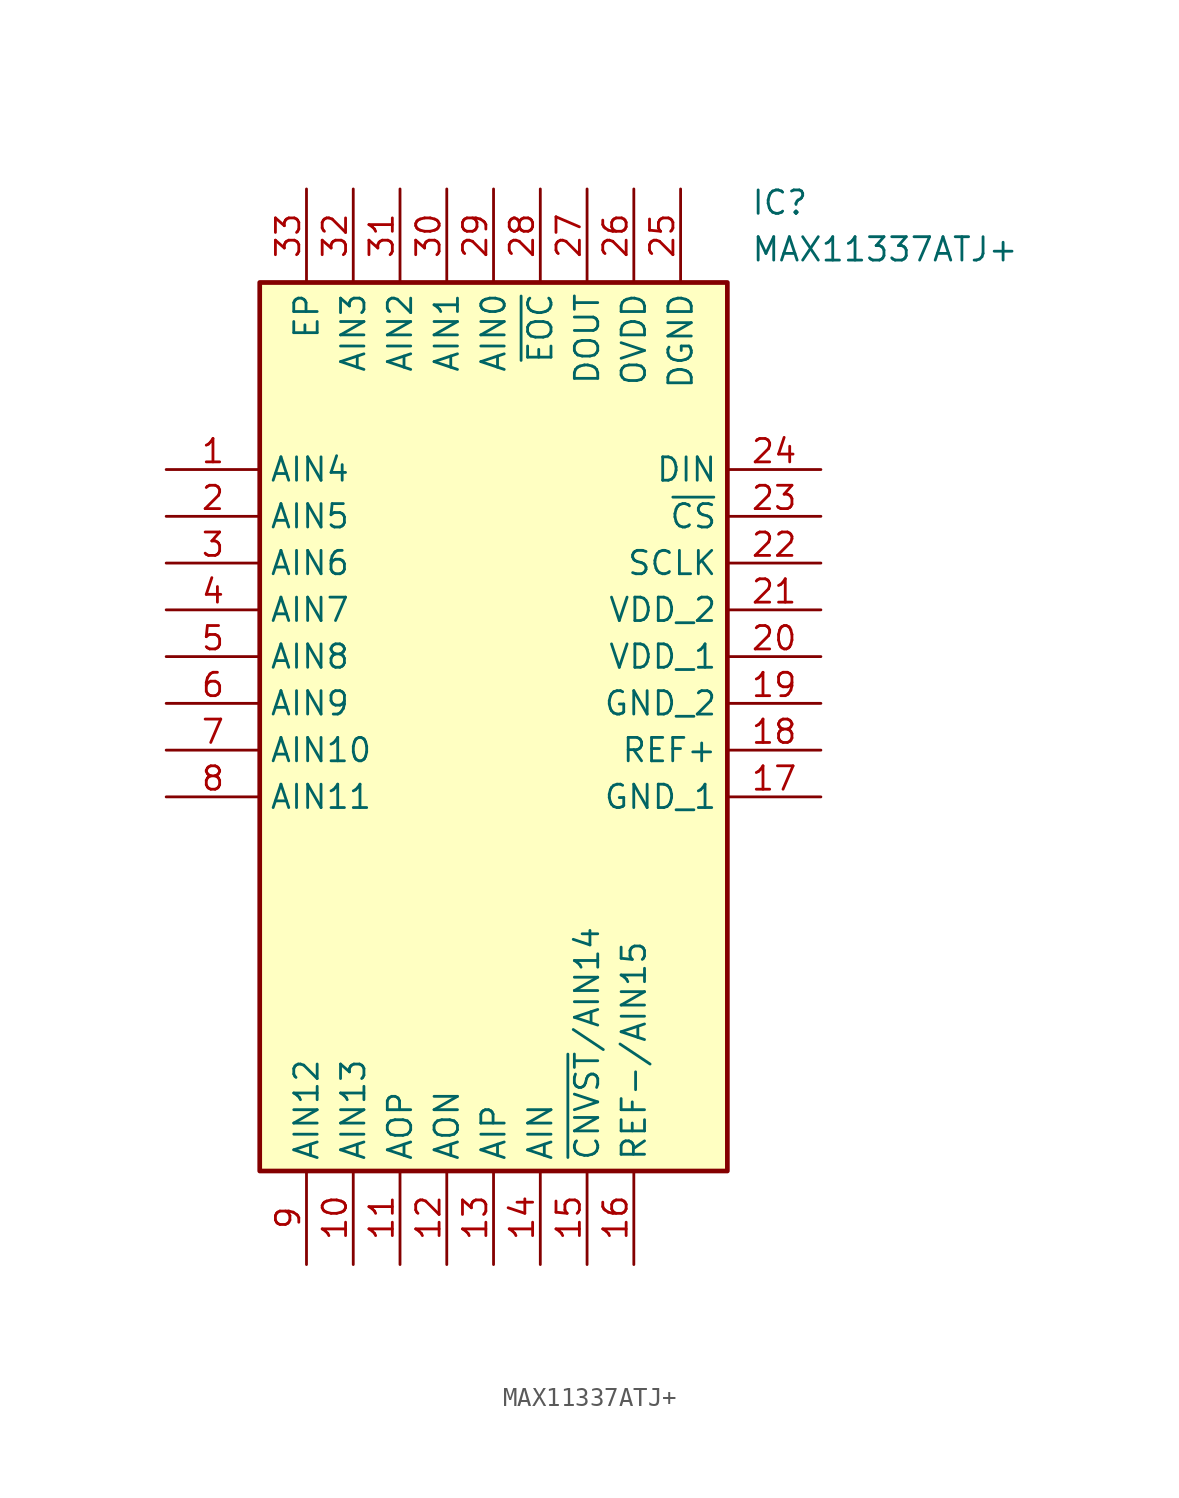
<source format=kicad_sym>
(kicad_symbol_lib
  (version 20211014)
  (generator SamacSys_ECAD_Model)
  (symbol "MAX11337ATJ+"
    (property "Reference" "IC"
      (at 31.75 15.24 0)
      (effects (font (size 1.27 1.27)) (justify left top)))
    (property "Value" "MAX11337ATJ+"
      (at 31.75 12.7 0)
      (effects (font (size 1.27 1.27)) (justify left top)))
    (rectangle
      (start 5.08 10.16)
      (end 30.48 -38.1)
      (stroke (width 0.254) (type default))
      (fill (type background)))
    (pin passive line
      (at 0 0 0)
      (length 5.08)
      (name "AIN4" (effects (font (size 1.27 1.27))))
      (number "1" (effects (font (size 1.27 1.27)))))
    (pin passive line
      (at 0 -2.54 0)
      (length 5.08)
      (name "AIN5" (effects (font (size 1.27 1.27))))
      (number "2" (effects (font (size 1.27 1.27)))))
    (pin passive line
      (at 0 -5.08 0)
      (length 5.08)
      (name "AIN6" (effects (font (size 1.27 1.27))))
      (number "3" (effects (font (size 1.27 1.27)))))
    (pin passive line
      (at 0 -7.62 0)
      (length 5.08)
      (name "AIN7" (effects (font (size 1.27 1.27))))
      (number "4" (effects (font (size 1.27 1.27)))))
    (pin passive line
      (at 0 -10.16 0)
      (length 5.08)
      (name "AIN8" (effects (font (size 1.27 1.27))))
      (number "5" (effects (font (size 1.27 1.27)))))
    (pin passive line
      (at 0 -12.7 0)
      (length 5.08)
      (name "AIN9" (effects (font (size 1.27 1.27))))
      (number "6" (effects (font (size 1.27 1.27)))))
    (pin passive line
      (at 0 -15.24 0)
      (length 5.08)
      (name "AIN10" (effects (font (size 1.27 1.27))))
      (number "7" (effects (font (size 1.27 1.27)))))
    (pin passive line
      (at 0 -17.78 0)
      (length 5.08)
      (name "AIN11" (effects (font (size 1.27 1.27))))
      (number "8" (effects (font (size 1.27 1.27)))))
    (pin passive line
      (at 7.62 -43.18 90)
      (length 5.08)
      (name "AIN12" (effects (font (size 1.27 1.27))))
      (number "9" (effects (font (size 1.27 1.27)))))
    (pin passive line
      (at 10.16 -43.18 90)
      (length 5.08)
      (name "AIN13" (effects (font (size 1.27 1.27))))
      (number "10" (effects (font (size 1.27 1.27)))))
    (pin passive line
      (at 12.7 -43.18 90)
      (length 5.08)
      (name "AOP" (effects (font (size 1.27 1.27))))
      (number "11" (effects (font (size 1.27 1.27)))))
    (pin passive line
      (at 15.24 -43.18 90)
      (length 5.08)
      (name "AON" (effects (font (size 1.27 1.27))))
      (number "12" (effects (font (size 1.27 1.27)))))
    (pin passive line
      (at 17.78 -43.18 90)
      (length 5.08)
      (name "AIP" (effects (font (size 1.27 1.27))))
      (number "13" (effects (font (size 1.27 1.27)))))
    (pin passive line
      (at 20.32 -43.18 90)
      (length 5.08)
      (name "AIN" (effects (font (size 1.27 1.27))))
      (number "14" (effects (font (size 1.27 1.27)))))
    (pin passive line
      (at 22.86 -43.18 90)
      (length 5.08)
      (name "~{CNVST}/AIN14" (effects (font (size 1.27 1.27))))
      (number "15" (effects (font (size 1.27 1.27)))))
    (pin passive line
      (at 25.4 -43.18 90)
      (length 5.08)
      (name "REF-/AIN15" (effects (font (size 1.27 1.27))))
      (number "16" (effects (font (size 1.27 1.27)))))
    (pin passive line
      (at 35.56 0 180)
      (length 5.08)
      (name "DIN" (effects (font (size 1.27 1.27))))
      (number "24" (effects (font (size 1.27 1.27)))))
    (pin passive line
      (at 35.56 -2.54 180)
      (length 5.08)
      (name "~{CS}" (effects (font (size 1.27 1.27))))
      (number "23" (effects (font (size 1.27 1.27)))))
    (pin passive line
      (at 35.56 -5.08 180)
      (length 5.08)
      (name "SCLK" (effects (font (size 1.27 1.27))))
      (number "22" (effects (font (size 1.27 1.27)))))
    (pin passive line
      (at 35.56 -7.62 180)
      (length 5.08)
      (name "VDD_2" (effects (font (size 1.27 1.27))))
      (number "21" (effects (font (size 1.27 1.27)))))
    (pin passive line
      (at 35.56 -10.16 180)
      (length 5.08)
      (name "VDD_1" (effects (font (size 1.27 1.27))))
      (number "20" (effects (font (size 1.27 1.27)))))
    (pin passive line
      (at 35.56 -12.7 180)
      (length 5.08)
      (name "GND_2" (effects (font (size 1.27 1.27))))
      (number "19" (effects (font (size 1.27 1.27)))))
    (pin passive line
      (at 35.56 -15.24 180)
      (length 5.08)
      (name "REF+" (effects (font (size 1.27 1.27))))
      (number "18" (effects (font (size 1.27 1.27)))))
    (pin passive line
      (at 35.56 -17.78 180)
      (length 5.08)
      (name "GND_1" (effects (font (size 1.27 1.27))))
      (number "17" (effects (font (size 1.27 1.27)))))
    (pin passive line
      (at 7.62 15.24 270)
      (length 5.08)
      (name "EP" (effects (font (size 1.27 1.27))))
      (number "33" (effects (font (size 1.27 1.27)))))
    (pin passive line
      (at 10.16 15.24 270)
      (length 5.08)
      (name "AIN3" (effects (font (size 1.27 1.27))))
      (number "32" (effects (font (size 1.27 1.27)))))
    (pin passive line
      (at 12.7 15.24 270)
      (length 5.08)
      (name "AIN2" (effects (font (size 1.27 1.27))))
      (number "31" (effects (font (size 1.27 1.27)))))
    (pin passive line
      (at 15.24 15.24 270)
      (length 5.08)
      (name "AIN1" (effects (font (size 1.27 1.27))))
      (number "30" (effects (font (size 1.27 1.27)))))
    (pin passive line
      (at 17.78 15.24 270)
      (length 5.08)
      (name "AIN0" (effects (font (size 1.27 1.27))))
      (number "29" (effects (font (size 1.27 1.27)))))
    (pin passive line
      (at 20.32 15.24 270)
      (length 5.08)
      (name "~{EOC}" (effects (font (size 1.27 1.27))))
      (number "28" (effects (font (size 1.27 1.27)))))
    (pin passive line
      (at 22.86 15.24 270)
      (length 5.08)
      (name "DOUT" (effects (font (size 1.27 1.27))))
      (number "27" (effects (font (size 1.27 1.27)))))
    (pin passive line
      (at 25.4 15.24 270)
      (length 5.08)
      (name "OVDD" (effects (font (size 1.27 1.27))))
      (number "26" (effects (font (size 1.27 1.27)))))
    (pin passive line
      (at 27.94 15.24 270)
      (length 5.08)
      (name "DGND" (effects (font (size 1.27 1.27))))
      (number "25" (effects (font (size 1.27 1.27)))))))
</source>
